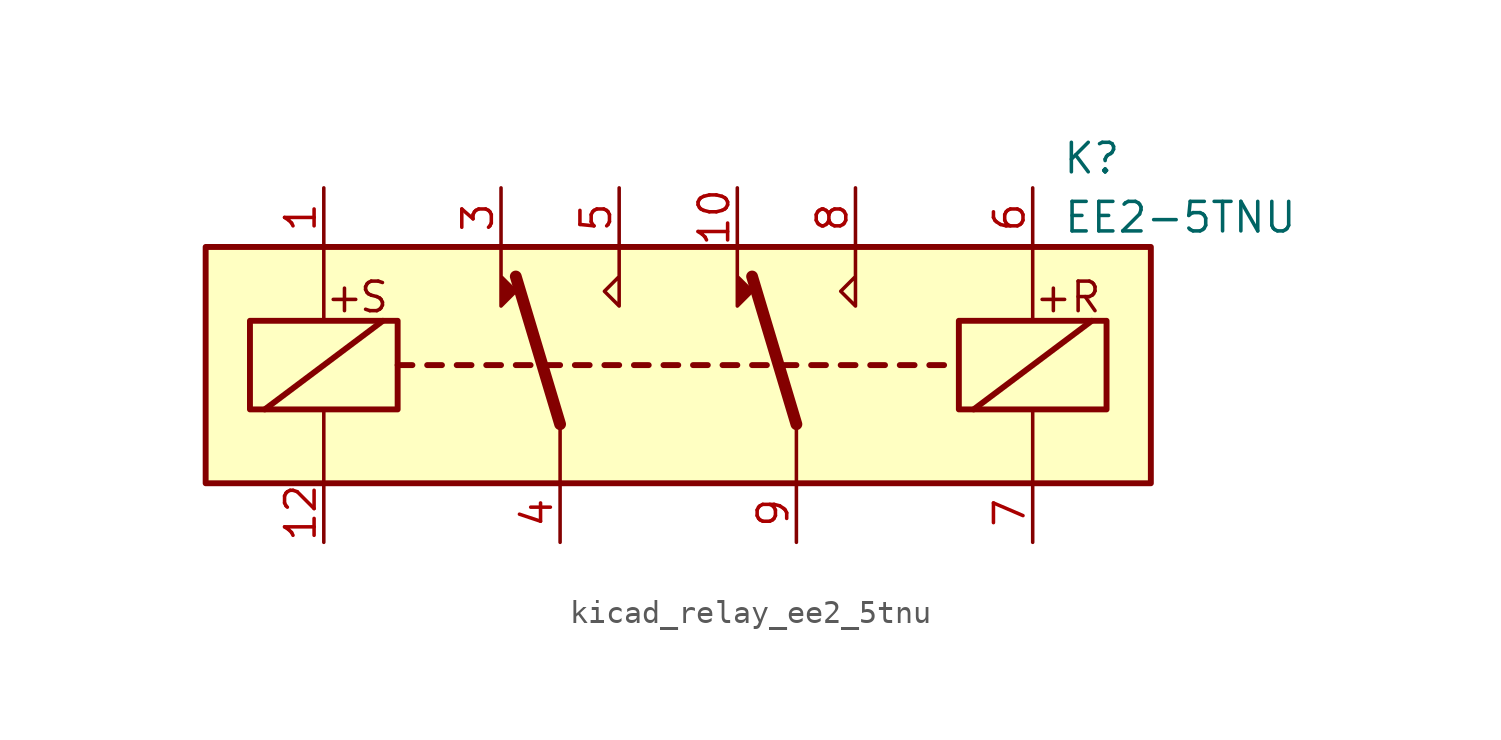
<source format=kicad_sym>
(kicad_symbol_lib
  (version 20220914)
  (generator kicad_symbol_editor)
  (symbol "kicad_relay_ee2_5tnu"
    (property "Reference" "K"
      (at 17.78 8.89 0)
      (effects (font (size 1.27 1.27))))
    (property "Value" "EE2-5TNU"
      (at 21.59 6.35 0)
      (effects (font (size 1.27 1.27))))
    (symbol "kicad_relay_ee2_5tnu_1_1"
      (rectangle (start -20.32 5.08) (end 20.32 -5.08) (stroke (width 0.254) (type default)) (fill (type background)))
      (rectangle (start -18.415 1.905) (end -12.065 -1.905) (stroke (width 0.254) (type default)) (fill (type none)))
      (polyline (pts (xy -17.78 -1.905) (xy -12.7 1.905)) (stroke (width 0.254) (type default)) (fill (type none)))
      (polyline (pts (xy -15.24 -5.08) (xy -15.24 -1.905)) (stroke (width 0) (type default)) (fill (type none)))
      (polyline (pts (xy -15.24 5.08) (xy -15.24 1.905)) (stroke (width 0) (type default)) (fill (type none)))
      (polyline (pts (xy -12.065 0) (xy -11.43 0)) (stroke (width 0.254) (type default)) (fill (type none)))
      (polyline (pts (xy -10.795 0) (xy -10.16 0)) (stroke (width 0.254) (type default)) (fill (type none)))
      (polyline (pts (xy -9.525 0) (xy -8.89 0)) (stroke (width 0.254) (type default)) (fill (type none)))
      (polyline (pts (xy -8.255 0) (xy -7.62 0)) (stroke (width 0.254) (type default)) (fill (type none)))
      (polyline (pts (xy -6.985 0) (xy -6.35 0)) (stroke (width 0.254) (type default)) (fill (type none)))
      (polyline (pts (xy -5.715 0) (xy -5.08 0)) (stroke (width 0.254) (type default)) (fill (type none)))
      (polyline (pts (xy -5.08 -2.54) (xy -6.985 3.81)) (stroke (width 0.508) (type default)) (fill (type none)))
      (polyline (pts (xy -5.08 -2.54) (xy -5.08 -5.08)) (stroke (width 0) (type default)) (fill (type none)))
      (polyline (pts (xy -4.445 0) (xy -3.81 0)) (stroke (width 0.254) (type default)) (fill (type none)))
      (polyline (pts (xy -3.175 0) (xy -2.54 0)) (stroke (width 0.254) (type default)) (fill (type none)))
      (polyline (pts (xy -1.905 0) (xy -1.27 0)) (stroke (width 0.254) (type default)) (fill (type none)))
      (polyline (pts (xy -0.635 0) (xy 0 0)) (stroke (width 0.254) (type default)) (fill (type none)))
      (polyline (pts (xy 0.635 0) (xy 1.27 0)) (stroke (width 0.254) (type default)) (fill (type none)))
      (polyline (pts (xy 1.905 0) (xy 2.54 0)) (stroke (width 0.254) (type default)) (fill (type none)))
      (polyline (pts (xy 3.175 0) (xy 3.81 0)) (stroke (width 0.254) (type default)) (fill (type none)))
      (polyline (pts (xy 4.445 0) (xy 5.08 0)) (stroke (width 0.254) (type default)) (fill (type none)))
      (polyline (pts (xy 5.08 -2.54) (xy 3.175 3.81)) (stroke (width 0.508) (type default)) (fill (type none)))
      (polyline (pts (xy 5.08 -2.54) (xy 5.08 -5.08)) (stroke (width 0) (type default)) (fill (type none)))
      (polyline (pts (xy 5.715 0) (xy 6.35 0)) (stroke (width 0.254) (type default)) (fill (type none)))
      (polyline (pts (xy 6.985 0) (xy 7.62 0)) (stroke (width 0.254) (type default)) (fill (type none)))
      (polyline (pts (xy 8.255 0) (xy 8.89 0)) (stroke (width 0.254) (type default)) (fill (type none)))
      (polyline (pts (xy 9.525 0) (xy 10.16 0)) (stroke (width 0.254) (type default)) (fill (type none)))
      (polyline (pts (xy 10.795 0) (xy 11.43 0)) (stroke (width 0.254) (type default)) (fill (type none)))
      (polyline (pts (xy 12.7 -1.905) (xy 17.78 1.905)) (stroke (width 0.254) (type default)) (fill (type none)))
      (polyline (pts (xy 15.24 -5.08) (xy 15.24 -1.905)) (stroke (width 0) (type default)) (fill (type none)))
      (polyline (pts (xy 15.24 5.08) (xy 15.24 1.905)) (stroke (width 0) (type default)) (fill (type none)))
      (polyline (pts (xy -7.62 5.08) (xy -7.62 2.54) (xy -6.985 3.175) (xy -7.62 3.81)) (stroke (width 0) (type default)) (fill (type outline)))
      (polyline (pts (xy -2.54 5.08) (xy -2.54 2.54) (xy -3.175 3.175) (xy -2.54 3.81)) (stroke (width 0) (type default)) (fill (type none)))
      (polyline (pts (xy 2.54 5.08) (xy 2.54 2.54) (xy 3.175 3.175) (xy 2.54 3.81)) (stroke (width 0) (type default)) (fill (type outline)))
      (polyline (pts (xy 7.62 5.08) (xy 7.62 2.54) (xy 6.985 3.175) (xy 7.62 3.81)) (stroke (width 0) (type default)) (fill (type none)))
      (rectangle (start 12.065 1.905) (end 18.415 -1.905) (stroke (width 0.254) (type default)) (fill (type none)))
      (text "+" (at -14.351 2.921 0) (effects (font (size 1.27 1.27))))
      (text "+" (at 16.129 2.921 0) (effects (font (size 1.27 1.27))))
      (text "R" (at 17.526 2.921 0) (effects (font (size 1.27 1.27))))
      (text "S" (at -13.081 2.921 0) (effects (font (size 1.27 1.27))))
      (pin passive line (at -15.24 7.62 270) (length 2.54) (name "~" (effects (font (size 1.27 1.27)))) (number "1" (effects (font (size 1.27 1.27)))))
      (pin passive line (at 2.54 7.62 270) (length 2.54) (name "~" (effects (font (size 1.27 1.27)))) (number "10" (effects (font (size 1.27 1.27)))))
      (pin passive line (at -15.24 -7.62 90) (length 2.54) (name "~" (effects (font (size 1.27 1.27)))) (number "12" (effects (font (size 1.27 1.27)))))
      (pin passive line (at -7.62 7.62 270) (length 2.54) (name "~" (effects (font (size 1.27 1.27)))) (number "3" (effects (font (size 1.27 1.27)))))
      (pin passive line (at -5.08 -7.62 90) (length 2.54) (name "~" (effects (font (size 1.27 1.27)))) (number "4" (effects (font (size 1.27 1.27)))))
      (pin passive line (at -2.54 7.62 270) (length 2.54) (name "~" (effects (font (size 1.27 1.27)))) (number "5" (effects (font (size 1.27 1.27)))))
      (pin passive line (at 15.24 7.62 270) (length 2.54) (name "~" (effects (font (size 1.27 1.27)))) (number "6" (effects (font (size 1.27 1.27)))))
      (pin passive line (at 15.24 -7.62 90) (length 2.54) (name "~" (effects (font (size 1.27 1.27)))) (number "7" (effects (font (size 1.27 1.27)))))
      (pin passive line (at 7.62 7.62 270) (length 2.54) (name "~" (effects (font (size 1.27 1.27)))) (number "8" (effects (font (size 1.27 1.27)))))
      (pin passive line (at 5.08 -7.62 90) (length 2.54) (name "~" (effects (font (size 1.27 1.27)))) (number "9" (effects (font (size 1.27 1.27))))))))
</source>
